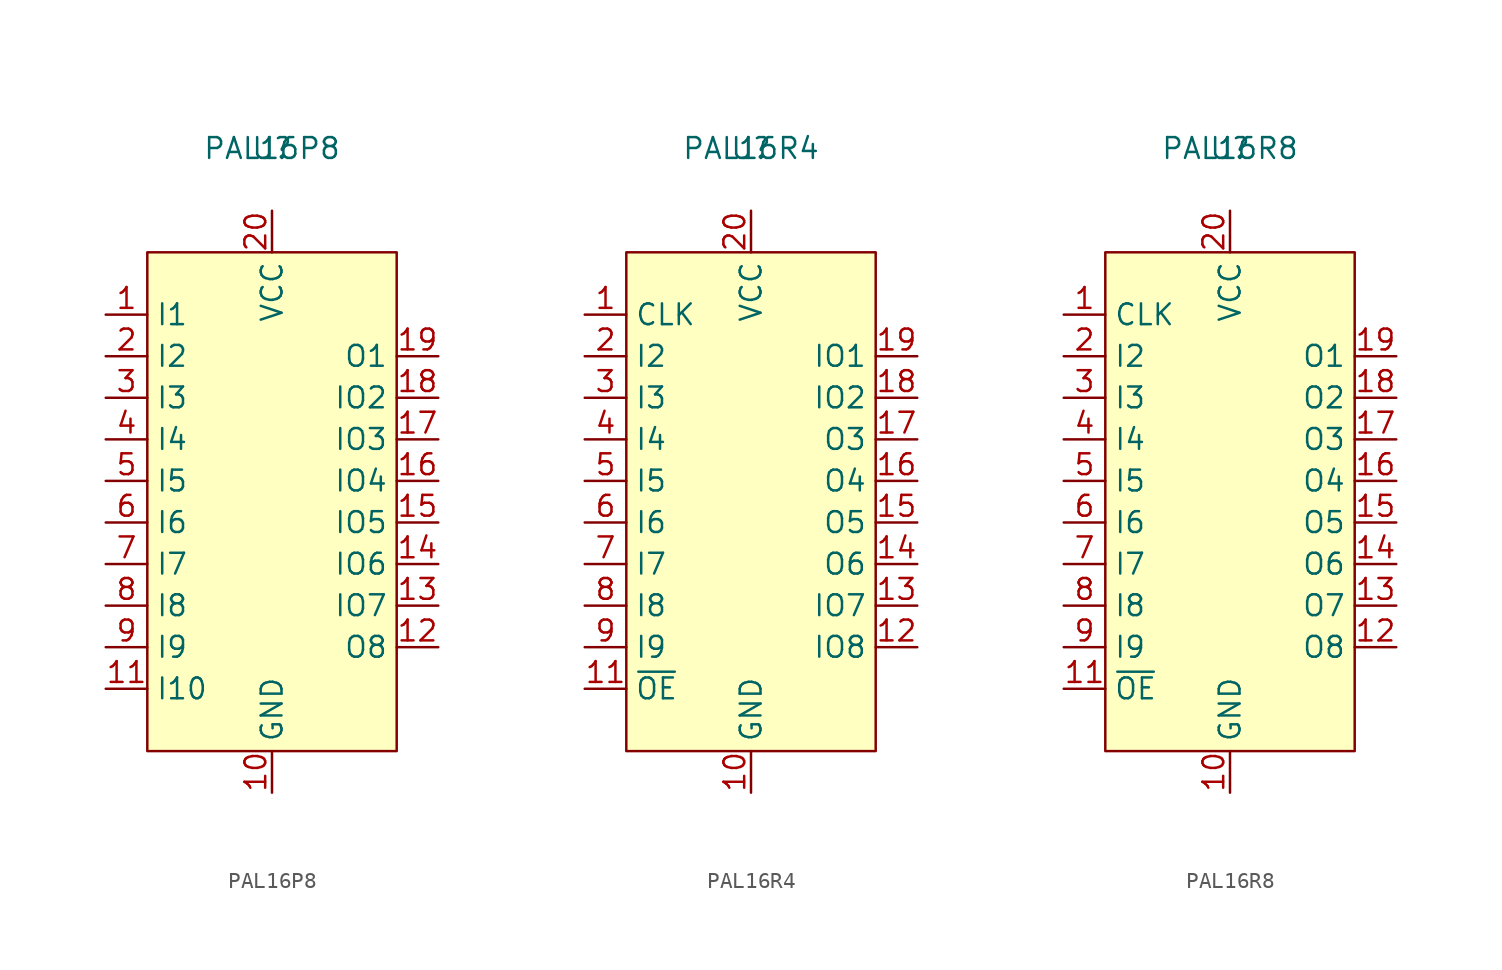
<source format=kicad_sym>
(kicad_symbol_lib
  (version 20220914)
  (generator kicad_symbol_editor)
  (symbol "PAL16P8"
    (property "Reference" "U"
      (at 0 0 0)
      (effects (font (size 1.27 1.27))))
    (property "Value" "PAL16P8"
      (at 0 0 0)
      (effects (font (size 1.27 1.27))))
    (symbol "PAL16P8_1_1"
      (rectangle (start -7.62 -6.35) (end 7.62 -36.83) (stroke (width 0) (type default)) (fill (type background)))
      (pin input line (at -10.16 -10.16 0) (length 2.54) (name "I1" (effects (font (size 1.27 1.27)))) (number "1" (effects (font (size 1.27 1.27)))))
      (pin power_in line (at 0 -39.37 90) (length 2.54) (name "GND" (effects (font (size 1.27 1.27)))) (number "10" (effects (font (size 1.27 1.27)))))
      (pin input line (at -10.16 -33.02 0) (length 2.54) (name "I10" (effects (font (size 1.27 1.27)))) (number "11" (effects (font (size 1.27 1.27)))))
      (pin tri_state line (at 10.16 -30.48 180) (length 2.54) (name "O8" (effects (font (size 1.27 1.27)))) (number "12" (effects (font (size 1.27 1.27)))))
      (pin bidirectional line (at 10.16 -27.94 180) (length 2.54) (name "IO7" (effects (font (size 1.27 1.27)))) (number "13" (effects (font (size 1.27 1.27)))))
      (pin bidirectional line (at 10.16 -25.4 180) (length 2.54) (name "IO6" (effects (font (size 1.27 1.27)))) (number "14" (effects (font (size 1.27 1.27)))))
      (pin bidirectional line (at 10.16 -22.86 180) (length 2.54) (name "IO5" (effects (font (size 1.27 1.27)))) (number "15" (effects (font (size 1.27 1.27)))))
      (pin bidirectional line (at 10.16 -20.32 180) (length 2.54) (name "IO4" (effects (font (size 1.27 1.27)))) (number "16" (effects (font (size 1.27 1.27)))))
      (pin bidirectional line (at 10.16 -17.78 180) (length 2.54) (name "IO3" (effects (font (size 1.27 1.27)))) (number "17" (effects (font (size 1.27 1.27)))))
      (pin bidirectional line (at 10.16 -15.24 180) (length 2.54) (name "IO2" (effects (font (size 1.27 1.27)))) (number "18" (effects (font (size 1.27 1.27)))))
      (pin tri_state line (at 10.16 -12.7 180) (length 2.54) (name "O1" (effects (font (size 1.27 1.27)))) (number "19" (effects (font (size 1.27 1.27)))))
      (pin input line (at -10.16 -12.7 0) (length 2.54) (name "I2" (effects (font (size 1.27 1.27)))) (number "2" (effects (font (size 1.27 1.27)))))
      (pin power_in line (at 0 -3.81 270) (length 2.54) (name "VCC" (effects (font (size 1.27 1.27)))) (number "20" (effects (font (size 1.27 1.27)))))
      (pin input line (at -10.16 -15.24 0) (length 2.54) (name "I3" (effects (font (size 1.27 1.27)))) (number "3" (effects (font (size 1.27 1.27)))))
      (pin input line (at -10.16 -17.78 0) (length 2.54) (name "I4" (effects (font (size 1.27 1.27)))) (number "4" (effects (font (size 1.27 1.27)))))
      (pin input line (at -10.16 -20.32 0) (length 2.54) (name "I5" (effects (font (size 1.27 1.27)))) (number "5" (effects (font (size 1.27 1.27)))))
      (pin input line (at -10.16 -22.86 0) (length 2.54) (name "I6" (effects (font (size 1.27 1.27)))) (number "6" (effects (font (size 1.27 1.27)))))
      (pin input line (at -10.16 -25.4 0) (length 2.54) (name "I7" (effects (font (size 1.27 1.27)))) (number "7" (effects (font (size 1.27 1.27)))))
      (pin input line (at -10.16 -27.94 0) (length 2.54) (name "I8" (effects (font (size 1.27 1.27)))) (number "8" (effects (font (size 1.27 1.27)))))
      (pin input line (at -10.16 -30.48 0) (length 2.54) (name "I9" (effects (font (size 1.27 1.27)))) (number "9" (effects (font (size 1.27 1.27)))))))
  (symbol "PAL16R4"
    (property "Reference" "U"
      (at 0 0 0)
      (effects (font (size 1.27 1.27))))
    (property "Value" "PAL16R4"
      (at 0 0 0)
      (effects (font (size 1.27 1.27))))
    (symbol "PAL16R4_1_1"
      (rectangle (start -7.62 -6.35) (end 7.62 -36.83) (stroke (width 0) (type default)) (fill (type background)))
      (pin input line (at -10.16 -10.16 0) (length 2.54) (name "CLK" (effects (font (size 1.27 1.27)))) (number "1" (effects (font (size 1.27 1.27)))))
      (pin power_in line (at 0 -39.37 90) (length 2.54) (name "GND" (effects (font (size 1.27 1.27)))) (number "10" (effects (font (size 1.27 1.27)))))
      (pin input line (at -10.16 -33.02 0) (length 2.54) (name "~{OE}" (effects (font (size 1.27 1.27)))) (number "11" (effects (font (size 1.27 1.27)))))
      (pin bidirectional line (at 10.16 -30.48 180) (length 2.54) (name "IO8" (effects (font (size 1.27 1.27)))) (number "12" (effects (font (size 1.27 1.27)))))
      (pin bidirectional line (at 10.16 -27.94 180) (length 2.54) (name "IO7" (effects (font (size 1.27 1.27)))) (number "13" (effects (font (size 1.27 1.27)))))
      (pin tri_state line (at 10.16 -25.4 180) (length 2.54) (name "O6" (effects (font (size 1.27 1.27)))) (number "14" (effects (font (size 1.27 1.27)))))
      (pin tri_state line (at 10.16 -22.86 180) (length 2.54) (name "O5" (effects (font (size 1.27 1.27)))) (number "15" (effects (font (size 1.27 1.27)))))
      (pin tri_state line (at 10.16 -20.32 180) (length 2.54) (name "O4" (effects (font (size 1.27 1.27)))) (number "16" (effects (font (size 1.27 1.27)))))
      (pin tri_state line (at 10.16 -17.78 180) (length 2.54) (name "O3" (effects (font (size 1.27 1.27)))) (number "17" (effects (font (size 1.27 1.27)))))
      (pin bidirectional line (at 10.16 -15.24 180) (length 2.54) (name "IO2" (effects (font (size 1.27 1.27)))) (number "18" (effects (font (size 1.27 1.27)))))
      (pin bidirectional line (at 10.16 -12.7 180) (length 2.54) (name "IO1" (effects (font (size 1.27 1.27)))) (number "19" (effects (font (size 1.27 1.27)))))
      (pin input line (at -10.16 -12.7 0) (length 2.54) (name "I2" (effects (font (size 1.27 1.27)))) (number "2" (effects (font (size 1.27 1.27)))))
      (pin power_in line (at 0 -3.81 270) (length 2.54) (name "VCC" (effects (font (size 1.27 1.27)))) (number "20" (effects (font (size 1.27 1.27)))))
      (pin input line (at -10.16 -15.24 0) (length 2.54) (name "I3" (effects (font (size 1.27 1.27)))) (number "3" (effects (font (size 1.27 1.27)))))
      (pin input line (at -10.16 -17.78 0) (length 2.54) (name "I4" (effects (font (size 1.27 1.27)))) (number "4" (effects (font (size 1.27 1.27)))))
      (pin input line (at -10.16 -20.32 0) (length 2.54) (name "I5" (effects (font (size 1.27 1.27)))) (number "5" (effects (font (size 1.27 1.27)))))
      (pin input line (at -10.16 -22.86 0) (length 2.54) (name "I6" (effects (font (size 1.27 1.27)))) (number "6" (effects (font (size 1.27 1.27)))))
      (pin input line (at -10.16 -25.4 0) (length 2.54) (name "I7" (effects (font (size 1.27 1.27)))) (number "7" (effects (font (size 1.27 1.27)))))
      (pin input line (at -10.16 -27.94 0) (length 2.54) (name "I8" (effects (font (size 1.27 1.27)))) (number "8" (effects (font (size 1.27 1.27)))))
      (pin input line (at -10.16 -30.48 0) (length 2.54) (name "I9" (effects (font (size 1.27 1.27)))) (number "9" (effects (font (size 1.27 1.27)))))))
  (symbol "PAL16R8"
    (property "Reference" "U"
      (at 0 0 0)
      (effects (font (size 1.27 1.27))))
    (property "Value" "PAL16R8"
      (at 0 0 0)
      (effects (font (size 1.27 1.27))))
    (symbol "PAL16R8_1_1"
      (rectangle (start -7.62 -6.35) (end 7.62 -36.83) (stroke (width 0) (type default)) (fill (type background)))
      (pin input line (at -10.16 -10.16 0) (length 2.54) (name "CLK" (effects (font (size 1.27 1.27)))) (number "1" (effects (font (size 1.27 1.27)))))
      (pin power_in line (at 0 -39.37 90) (length 2.54) (name "GND" (effects (font (size 1.27 1.27)))) (number "10" (effects (font (size 1.27 1.27)))))
      (pin input line (at -10.16 -33.02 0) (length 2.54) (name "~{OE}" (effects (font (size 1.27 1.27)))) (number "11" (effects (font (size 1.27 1.27)))))
      (pin tri_state line (at 10.16 -30.48 180) (length 2.54) (name "O8" (effects (font (size 1.27 1.27)))) (number "12" (effects (font (size 1.27 1.27)))))
      (pin tri_state line (at 10.16 -27.94 180) (length 2.54) (name "O7" (effects (font (size 1.27 1.27)))) (number "13" (effects (font (size 1.27 1.27)))))
      (pin tri_state line (at 10.16 -25.4 180) (length 2.54) (name "O6" (effects (font (size 1.27 1.27)))) (number "14" (effects (font (size 1.27 1.27)))))
      (pin tri_state line (at 10.16 -22.86 180) (length 2.54) (name "O5" (effects (font (size 1.27 1.27)))) (number "15" (effects (font (size 1.27 1.27)))))
      (pin tri_state line (at 10.16 -20.32 180) (length 2.54) (name "O4" (effects (font (size 1.27 1.27)))) (number "16" (effects (font (size 1.27 1.27)))))
      (pin tri_state line (at 10.16 -17.78 180) (length 2.54) (name "O3" (effects (font (size 1.27 1.27)))) (number "17" (effects (font (size 1.27 1.27)))))
      (pin tri_state line (at 10.16 -15.24 180) (length 2.54) (name "O2" (effects (font (size 1.27 1.27)))) (number "18" (effects (font (size 1.27 1.27)))))
      (pin tri_state line (at 10.16 -12.7 180) (length 2.54) (name "O1" (effects (font (size 1.27 1.27)))) (number "19" (effects (font (size 1.27 1.27)))))
      (pin input line (at -10.16 -12.7 0) (length 2.54) (name "I2" (effects (font (size 1.27 1.27)))) (number "2" (effects (font (size 1.27 1.27)))))
      (pin power_in line (at 0 -3.81 270) (length 2.54) (name "VCC" (effects (font (size 1.27 1.27)))) (number "20" (effects (font (size 1.27 1.27)))))
      (pin input line (at -10.16 -15.24 0) (length 2.54) (name "I3" (effects (font (size 1.27 1.27)))) (number "3" (effects (font (size 1.27 1.27)))))
      (pin input line (at -10.16 -17.78 0) (length 2.54) (name "I4" (effects (font (size 1.27 1.27)))) (number "4" (effects (font (size 1.27 1.27)))))
      (pin input line (at -10.16 -20.32 0) (length 2.54) (name "I5" (effects (font (size 1.27 1.27)))) (number "5" (effects (font (size 1.27 1.27)))))
      (pin input line (at -10.16 -22.86 0) (length 2.54) (name "I6" (effects (font (size 1.27 1.27)))) (number "6" (effects (font (size 1.27 1.27)))))
      (pin input line (at -10.16 -25.4 0) (length 2.54) (name "I7" (effects (font (size 1.27 1.27)))) (number "7" (effects (font (size 1.27 1.27)))))
      (pin input line (at -10.16 -27.94 0) (length 2.54) (name "I8" (effects (font (size 1.27 1.27)))) (number "8" (effects (font (size 1.27 1.27)))))
      (pin input line (at -10.16 -30.48 0) (length 2.54) (name "I9" (effects (font (size 1.27 1.27)))) (number "9" (effects (font (size 1.27 1.27))))))))
</source>
